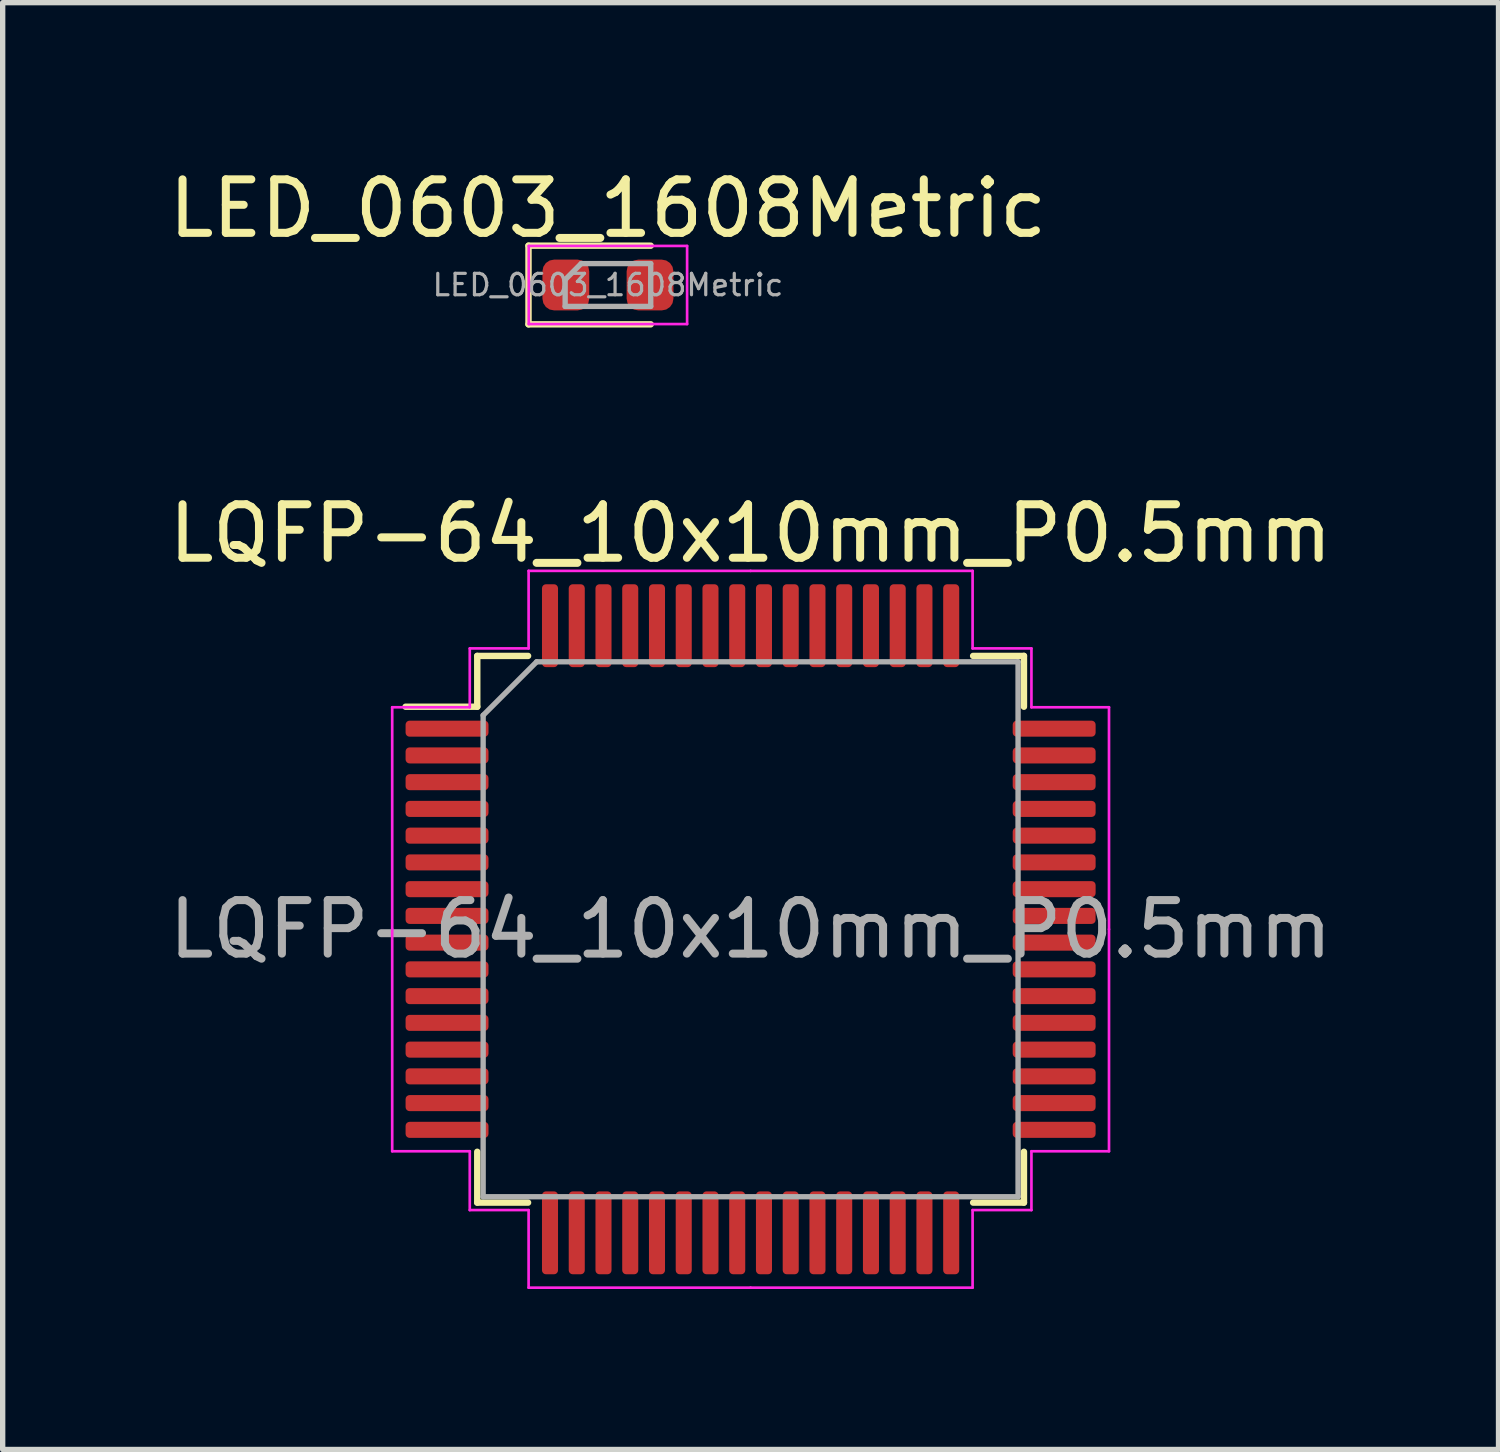
<source format=kicad_pcb>
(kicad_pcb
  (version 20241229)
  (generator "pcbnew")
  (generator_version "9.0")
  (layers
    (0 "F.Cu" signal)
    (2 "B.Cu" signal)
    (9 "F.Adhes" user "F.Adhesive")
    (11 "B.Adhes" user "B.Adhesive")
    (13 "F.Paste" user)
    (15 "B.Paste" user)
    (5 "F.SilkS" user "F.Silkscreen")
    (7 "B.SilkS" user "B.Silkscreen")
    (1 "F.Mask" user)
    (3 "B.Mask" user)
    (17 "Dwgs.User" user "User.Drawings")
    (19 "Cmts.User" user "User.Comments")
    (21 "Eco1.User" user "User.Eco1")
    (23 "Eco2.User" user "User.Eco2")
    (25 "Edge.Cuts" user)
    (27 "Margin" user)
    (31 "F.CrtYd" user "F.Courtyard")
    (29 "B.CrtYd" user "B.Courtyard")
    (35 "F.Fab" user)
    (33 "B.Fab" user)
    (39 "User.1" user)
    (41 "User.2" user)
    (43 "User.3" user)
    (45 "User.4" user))
  (footprint "LED_0603_1608Metric"
    (layer "F.Cu")
    (at 8.315 2.278)
    (property "Reference" "LED_0603_1608Metric" (at 0 -1.43 180) (layer "F.SilkS") (effects (font (size 1 1) (thickness 0.15))))
    (attr smd)
    (fp_line (start -1.485 -0.735) (end -1.485 0.735) (stroke (width 0.12) (type solid)) (layer "F.SilkS"))
    (fp_line (start -1.485 0.735) (end 0.8 0.735) (stroke (width 0.12) (type solid)) (layer "F.SilkS"))
    (fp_line (start 0.8 -0.735) (end -1.485 -0.735) (stroke (width 0.12) (type solid)) (layer "F.SilkS"))
    (fp_line (start -1.48 -0.73) (end 1.48 -0.73) (stroke (width 0.05) (type solid)) (layer "F.CrtYd"))
    (fp_line (start -1.48 0.73) (end -1.48 -0.73) (stroke (width 0.05) (type solid)) (layer "F.CrtYd"))
    (fp_line (start 1.48 -0.73) (end 1.48 0.73) (stroke (width 0.05) (type solid)) (layer "F.CrtYd"))
    (fp_line (start 1.48 0.73) (end -1.48 0.73) (stroke (width 0.05) (type solid)) (layer "F.CrtYd"))
    (fp_line (start -0.8 -0.1) (end -0.8 0.4) (stroke (width 0.1) (type solid)) (layer "F.Fab"))
    (fp_line (start -0.8 0.4) (end 0.8 0.4) (stroke (width 0.1) (type solid)) (layer "F.Fab"))
    (fp_line (start -0.5 -0.4) (end -0.8 -0.1) (stroke (width 0.1) (type solid)) (layer "F.Fab"))
    (fp_line (start 0.8 -0.4) (end -0.5 -0.4) (stroke (width 0.1) (type solid)) (layer "F.Fab"))
    (fp_line (start 0.8 0.4) (end 0.8 -0.4) (stroke (width 0.1) (type solid)) (layer "F.Fab"))
    (fp_text user "${REFERENCE}" (at 0 0 180) (layer "F.Fab") (effects (font (size 0.4 0.4) (thickness 0.06))))
    (pad "1" smd roundrect (at -0.787 0) (size 0.875 0.95) (layers "F.Cu" "F.Mask" "F.Paste") (roundrect_rratio 0.25))
    (pad "2" smd roundrect (at 0.787 0) (size 0.875 0.95) (layers "F.Cu" "F.Mask" "F.Paste") (roundrect_rratio 0.25)))
  (footprint "LQFP-64_10x10mm_P0.5mm"
    (layer "F.Cu")
    (at 10.982 14.322)
    (property "Reference" "LQFP-64_10x10mm_P0.5mm" (at 0 -7.4 180) (layer "F.SilkS") (effects (font (size 1 1) (thickness 0.15))))
    (attr smd)
    (fp_line (start -5.11 -5.11) (end -5.11 -4.16) (stroke (width 0.12) (type solid)) (layer "F.SilkS"))
    (fp_line (start -5.11 -4.16) (end -6.45 -4.16) (stroke (width 0.12) (type solid)) (layer "F.SilkS"))
    (fp_line (start -5.11 5.11) (end -5.11 4.16) (stroke (width 0.12) (type solid)) (layer "F.SilkS"))
    (fp_line (start -4.16 -5.11) (end -5.11 -5.11) (stroke (width 0.12) (type solid)) (layer "F.SilkS"))
    (fp_line (start -4.16 5.11) (end -5.11 5.11) (stroke (width 0.12) (type solid)) (layer "F.SilkS"))
    (fp_line (start 4.16 -5.11) (end 5.11 -5.11) (stroke (width 0.12) (type solid)) (layer "F.SilkS"))
    (fp_line (start 4.16 5.11) (end 5.11 5.11) (stroke (width 0.12) (type solid)) (layer "F.SilkS"))
    (fp_line (start 5.11 -5.11) (end 5.11 -4.16) (stroke (width 0.12) (type solid)) (layer "F.SilkS"))
    (fp_line (start 5.11 5.11) (end 5.11 4.16) (stroke (width 0.12) (type solid)) (layer "F.SilkS"))
    (fp_line (start -6.7 -4.15) (end -6.7 0) (stroke (width 0.05) (type solid)) (layer "F.CrtYd"))
    (fp_line (start -6.7 4.15) (end -6.7 0) (stroke (width 0.05) (type solid)) (layer "F.CrtYd"))
    (fp_line (start -5.25 -5.25) (end -5.25 -4.15) (stroke (width 0.05) (type solid)) (layer "F.CrtYd"))
    (fp_line (start -5.25 -4.15) (end -6.7 -4.15) (stroke (width 0.05) (type solid)) (layer "F.CrtYd"))
    (fp_line (start -5.25 4.15) (end -6.7 4.15) (stroke (width 0.05) (type solid)) (layer "F.CrtYd"))
    (fp_line (start -5.25 5.25) (end -5.25 4.15) (stroke (width 0.05) (type solid)) (layer "F.CrtYd"))
    (fp_line (start -4.15 -6.7) (end -4.15 -5.25) (stroke (width 0.05) (type solid)) (layer "F.CrtYd"))
    (fp_line (start -4.15 -5.25) (end -5.25 -5.25) (stroke (width 0.05) (type solid)) (layer "F.CrtYd"))
    (fp_line (start -4.15 5.25) (end -5.25 5.25) (stroke (width 0.05) (type solid)) (layer "F.CrtYd"))
    (fp_line (start -4.15 6.7) (end -4.15 5.25) (stroke (width 0.05) (type solid)) (layer "F.CrtYd"))
    (fp_line (start 0 -6.7) (end -4.15 -6.7) (stroke (width 0.05) (type solid)) (layer "F.CrtYd"))
    (fp_line (start 0 -6.7) (end 4.15 -6.7) (stroke (width 0.05) (type solid)) (layer "F.CrtYd"))
    (fp_line (start 0 6.7) (end -4.15 6.7) (stroke (width 0.05) (type solid)) (layer "F.CrtYd"))
    (fp_line (start 0 6.7) (end 4.15 6.7) (stroke (width 0.05) (type solid)) (layer "F.CrtYd"))
    (fp_line (start 4.15 -6.7) (end 4.15 -5.25) (stroke (width 0.05) (type solid)) (layer "F.CrtYd"))
    (fp_line (start 4.15 -5.25) (end 5.25 -5.25) (stroke (width 0.05) (type solid)) (layer "F.CrtYd"))
    (fp_line (start 4.15 5.25) (end 5.25 5.25) (stroke (width 0.05) (type solid)) (layer "F.CrtYd"))
    (fp_line (start 4.15 6.7) (end 4.15 5.25) (stroke (width 0.05) (type solid)) (layer "F.CrtYd"))
    (fp_line (start 5.25 -5.25) (end 5.25 -4.15) (stroke (width 0.05) (type solid)) (layer "F.CrtYd"))
    (fp_line (start 5.25 -4.15) (end 6.7 -4.15) (stroke (width 0.05) (type solid)) (layer "F.CrtYd"))
    (fp_line (start 5.25 4.15) (end 6.7 4.15) (stroke (width 0.05) (type solid)) (layer "F.CrtYd"))
    (fp_line (start 5.25 5.25) (end 5.25 4.15) (stroke (width 0.05) (type solid)) (layer "F.CrtYd"))
    (fp_line (start 6.7 -4.15) (end 6.7 0) (stroke (width 0.05) (type solid)) (layer "F.CrtYd"))
    (fp_line (start 6.7 4.15) (end 6.7 0) (stroke (width 0.05) (type solid)) (layer "F.CrtYd"))
    (fp_line (start -5 -4) (end -4 -5) (stroke (width 0.1) (type solid)) (layer "F.Fab"))
    (fp_line (start -5 5) (end -5 -4) (stroke (width 0.1) (type solid)) (layer "F.Fab"))
    (fp_line (start -4 -5) (end 5 -5) (stroke (width 0.1) (type solid)) (layer "F.Fab"))
    (fp_line (start 5 -5) (end 5 5) (stroke (width 0.1) (type solid)) (layer "F.Fab"))
    (fp_line (start 5 5) (end -5 5) (stroke (width 0.1) (type solid)) (layer "F.Fab"))
    (fp_text user "${REFERENCE}" (at 0 0 180) (layer "F.Fab") (effects (font (size 1 1) (thickness 0.15))))
    (pad "1" smd roundrect (at -5.675 -3.75) (size 1.55 0.3) (layers "F.Cu" "F.Mask" "F.Paste") (roundrect_rratio 0.25))
    (pad "2" smd roundrect (at -5.675 -3.25) (size 1.55 0.3) (layers "F.Cu" "F.Mask" "F.Paste") (roundrect_rratio 0.25))
    (pad "3" smd roundrect (at -5.675 -2.75) (size 1.55 0.3) (layers "F.Cu" "F.Mask" "F.Paste") (roundrect_rratio 0.25))
    (pad "4" smd roundrect (at -5.675 -2.25) (size 1.55 0.3) (layers "F.Cu" "F.Mask" "F.Paste") (roundrect_rratio 0.25))
    (pad "5" smd roundrect (at -5.675 -1.75) (size 1.55 0.3) (layers "F.Cu" "F.Mask" "F.Paste") (roundrect_rratio 0.25))
    (pad "6" smd roundrect (at -5.675 -1.25) (size 1.55 0.3) (layers "F.Cu" "F.Mask" "F.Paste") (roundrect_rratio 0.25))
    (pad "7" smd roundrect (at -5.675 -0.75) (size 1.55 0.3) (layers "F.Cu" "F.Mask" "F.Paste") (roundrect_rratio 0.25))
    (pad "8" smd roundrect (at -5.675 -0.25) (size 1.55 0.3) (layers "F.Cu" "F.Mask" "F.Paste") (roundrect_rratio 0.25))
    (pad "9" smd roundrect (at -5.675 0.25) (size 1.55 0.3) (layers "F.Cu" "F.Mask" "F.Paste") (roundrect_rratio 0.25))
    (pad "10" smd roundrect (at -5.675 0.75) (size 1.55 0.3) (layers "F.Cu" "F.Mask" "F.Paste") (roundrect_rratio 0.25))
    (pad "11" smd roundrect (at -5.675 1.25) (size 1.55 0.3) (layers "F.Cu" "F.Mask" "F.Paste") (roundrect_rratio 0.25))
    (pad "12" smd roundrect (at -5.675 1.75) (size 1.55 0.3) (layers "F.Cu" "F.Mask" "F.Paste") (roundrect_rratio 0.25))
    (pad "13" smd roundrect (at -5.675 2.25) (size 1.55 0.3) (layers "F.Cu" "F.Mask" "F.Paste") (roundrect_rratio 0.25))
    (pad "14" smd roundrect (at -5.675 2.75) (size 1.55 0.3) (layers "F.Cu" "F.Mask" "F.Paste") (roundrect_rratio 0.25))
    (pad "15" smd roundrect (at -5.675 3.25) (size 1.55 0.3) (layers "F.Cu" "F.Mask" "F.Paste") (roundrect_rratio 0.25))
    (pad "16" smd roundrect (at -5.675 3.75) (size 1.55 0.3) (layers "F.Cu" "F.Mask" "F.Paste") (roundrect_rratio 0.25))
    (pad "17" smd roundrect (at -3.75 5.675) (size 0.3 1.55) (layers "F.Cu" "F.Mask" "F.Paste") (roundrect_rratio 0.25))
    (pad "18" smd roundrect (at -3.25 5.675) (size 0.3 1.55) (layers "F.Cu" "F.Mask" "F.Paste") (roundrect_rratio 0.25))
    (pad "19" smd roundrect (at -2.75 5.675) (size 0.3 1.55) (layers "F.Cu" "F.Mask" "F.Paste") (roundrect_rratio 0.25))
    (pad "20" smd roundrect (at -2.25 5.675) (size 0.3 1.55) (layers "F.Cu" "F.Mask" "F.Paste") (roundrect_rratio 0.25))
    (pad "21" smd roundrect (at -1.75 5.675) (size 0.3 1.55) (layers "F.Cu" "F.Mask" "F.Paste") (roundrect_rratio 0.25))
    (pad "22" smd roundrect (at -1.25 5.675) (size 0.3 1.55) (layers "F.Cu" "F.Mask" "F.Paste") (roundrect_rratio 0.25))
    (pad "23" smd roundrect (at -0.75 5.675) (size 0.3 1.55) (layers "F.Cu" "F.Mask" "F.Paste") (roundrect_rratio 0.25))
    (pad "24" smd roundrect (at -0.25 5.675) (size 0.3 1.55) (layers "F.Cu" "F.Mask" "F.Paste") (roundrect_rratio 0.25))
    (pad "25" smd roundrect (at 0.25 5.675) (size 0.3 1.55) (layers "F.Cu" "F.Mask" "F.Paste") (roundrect_rratio 0.25))
    (pad "26" smd roundrect (at 0.75 5.675) (size 0.3 1.55) (layers "F.Cu" "F.Mask" "F.Paste") (roundrect_rratio 0.25))
    (pad "27" smd roundrect (at 1.25 5.675) (size 0.3 1.55) (layers "F.Cu" "F.Mask" "F.Paste") (roundrect_rratio 0.25))
    (pad "28" smd roundrect (at 1.75 5.675) (size 0.3 1.55) (layers "F.Cu" "F.Mask" "F.Paste") (roundrect_rratio 0.25))
    (pad "29" smd roundrect (at 2.25 5.675) (size 0.3 1.55) (layers "F.Cu" "F.Mask" "F.Paste") (roundrect_rratio 0.25))
    (pad "30" smd roundrect (at 2.75 5.675) (size 0.3 1.55) (layers "F.Cu" "F.Mask" "F.Paste") (roundrect_rratio 0.25))
    (pad "31" smd roundrect (at 3.25 5.675) (size 0.3 1.55) (layers "F.Cu" "F.Mask" "F.Paste") (roundrect_rratio 0.25))
    (pad "32" smd roundrect (at 3.75 5.675) (size 0.3 1.55) (layers "F.Cu" "F.Mask" "F.Paste") (roundrect_rratio 0.25))
    (pad "33" smd roundrect (at 5.675 3.75) (size 1.55 0.3) (layers "F.Cu" "F.Mask" "F.Paste") (roundrect_rratio 0.25))
    (pad "34" smd roundrect (at 5.675 3.25) (size 1.55 0.3) (layers "F.Cu" "F.Mask" "F.Paste") (roundrect_rratio 0.25))
    (pad "35" smd roundrect (at 5.675 2.75) (size 1.55 0.3) (layers "F.Cu" "F.Mask" "F.Paste") (roundrect_rratio 0.25))
    (pad "36" smd roundrect (at 5.675 2.25) (size 1.55 0.3) (layers "F.Cu" "F.Mask" "F.Paste") (roundrect_rratio 0.25))
    (pad "37" smd roundrect (at 5.675 1.75) (size 1.55 0.3) (layers "F.Cu" "F.Mask" "F.Paste") (roundrect_rratio 0.25))
    (pad "38" smd roundrect (at 5.675 1.25) (size 1.55 0.3) (layers "F.Cu" "F.Mask" "F.Paste") (roundrect_rratio 0.25))
    (pad "39" smd roundrect (at 5.675 0.75) (size 1.55 0.3) (layers "F.Cu" "F.Mask" "F.Paste") (roundrect_rratio 0.25))
    (pad "40" smd roundrect (at 5.675 0.25) (size 1.55 0.3) (layers "F.Cu" "F.Mask" "F.Paste") (roundrect_rratio 0.25))
    (pad "41" smd roundrect (at 5.675 -0.25) (size 1.55 0.3) (layers "F.Cu" "F.Mask" "F.Paste") (roundrect_rratio 0.25))
    (pad "42" smd roundrect (at 5.675 -0.75) (size 1.55 0.3) (layers "F.Cu" "F.Mask" "F.Paste") (roundrect_rratio 0.25))
    (pad "43" smd roundrect (at 5.675 -1.25) (size 1.55 0.3) (layers "F.Cu" "F.Mask" "F.Paste") (roundrect_rratio 0.25))
    (pad "44" smd roundrect (at 5.675 -1.75) (size 1.55 0.3) (layers "F.Cu" "F.Mask" "F.Paste") (roundrect_rratio 0.25))
    (pad "45" smd roundrect (at 5.675 -2.25) (size 1.55 0.3) (layers "F.Cu" "F.Mask" "F.Paste") (roundrect_rratio 0.25))
    (pad "46" smd roundrect (at 5.675 -2.75) (size 1.55 0.3) (layers "F.Cu" "F.Mask" "F.Paste") (roundrect_rratio 0.25))
    (pad "47" smd roundrect (at 5.675 -3.25) (size 1.55 0.3) (layers "F.Cu" "F.Mask" "F.Paste") (roundrect_rratio 0.25))
    (pad "48" smd roundrect (at 5.675 -3.75) (size 1.55 0.3) (layers "F.Cu" "F.Mask" "F.Paste") (roundrect_rratio 0.25))
    (pad "49" smd roundrect (at 3.75 -5.675) (size 0.3 1.55) (layers "F.Cu" "F.Mask" "F.Paste") (roundrect_rratio 0.25))
    (pad "50" smd roundrect (at 3.25 -5.675) (size 0.3 1.55) (layers "F.Cu" "F.Mask" "F.Paste") (roundrect_rratio 0.25))
    (pad "51" smd roundrect (at 2.75 -5.675) (size 0.3 1.55) (layers "F.Cu" "F.Mask" "F.Paste") (roundrect_rratio 0.25))
    (pad "52" smd roundrect (at 2.25 -5.675) (size 0.3 1.55) (layers "F.Cu" "F.Mask" "F.Paste") (roundrect_rratio 0.25))
    (pad "53" smd roundrect (at 1.75 -5.675) (size 0.3 1.55) (layers "F.Cu" "F.Mask" "F.Paste") (roundrect_rratio 0.25))
    (pad "54" smd roundrect (at 1.25 -5.675) (size 0.3 1.55) (layers "F.Cu" "F.Mask" "F.Paste") (roundrect_rratio 0.25))
    (pad "55" smd roundrect (at 0.75 -5.675) (size 0.3 1.55) (layers "F.Cu" "F.Mask" "F.Paste") (roundrect_rratio 0.25))
    (pad "56" smd roundrect (at 0.25 -5.675) (size 0.3 1.55) (layers "F.Cu" "F.Mask" "F.Paste") (roundrect_rratio 0.25))
    (pad "57" smd roundrect (at -0.25 -5.675) (size 0.3 1.55) (layers "F.Cu" "F.Mask" "F.Paste") (roundrect_rratio 0.25))
    (pad "58" smd roundrect (at -0.75 -5.675) (size 0.3 1.55) (layers "F.Cu" "F.Mask" "F.Paste") (roundrect_rratio 0.25))
    (pad "59" smd roundrect (at -1.25 -5.675) (size 0.3 1.55) (layers "F.Cu" "F.Mask" "F.Paste") (roundrect_rratio 0.25))
    (pad "60" smd roundrect (at -1.75 -5.675) (size 0.3 1.55) (layers "F.Cu" "F.Mask" "F.Paste") (roundrect_rratio 0.25))
    (pad "61" smd roundrect (at -2.25 -5.675) (size 0.3 1.55) (layers "F.Cu" "F.Mask" "F.Paste") (roundrect_rratio 0.25))
    (pad "62" smd roundrect (at -2.75 -5.675) (size 0.3 1.55) (layers "F.Cu" "F.Mask" "F.Paste") (roundrect_rratio 0.25))
    (pad "63" smd roundrect (at -3.25 -5.675) (size 0.3 1.55) (layers "F.Cu" "F.Mask" "F.Paste") (roundrect_rratio 0.25))
    (pad "64" smd roundrect (at -3.75 -5.675) (size 0.3 1.55) (layers "F.Cu" "F.Mask" "F.Paste") (roundrect_rratio 0.25)))
  (gr_rect
    (start -3 -3)
    (end 24.964 24.047)
    (stroke (width 0.1) (type default))
    (fill no)
    (layer "Edge.Cuts")))
</source>
